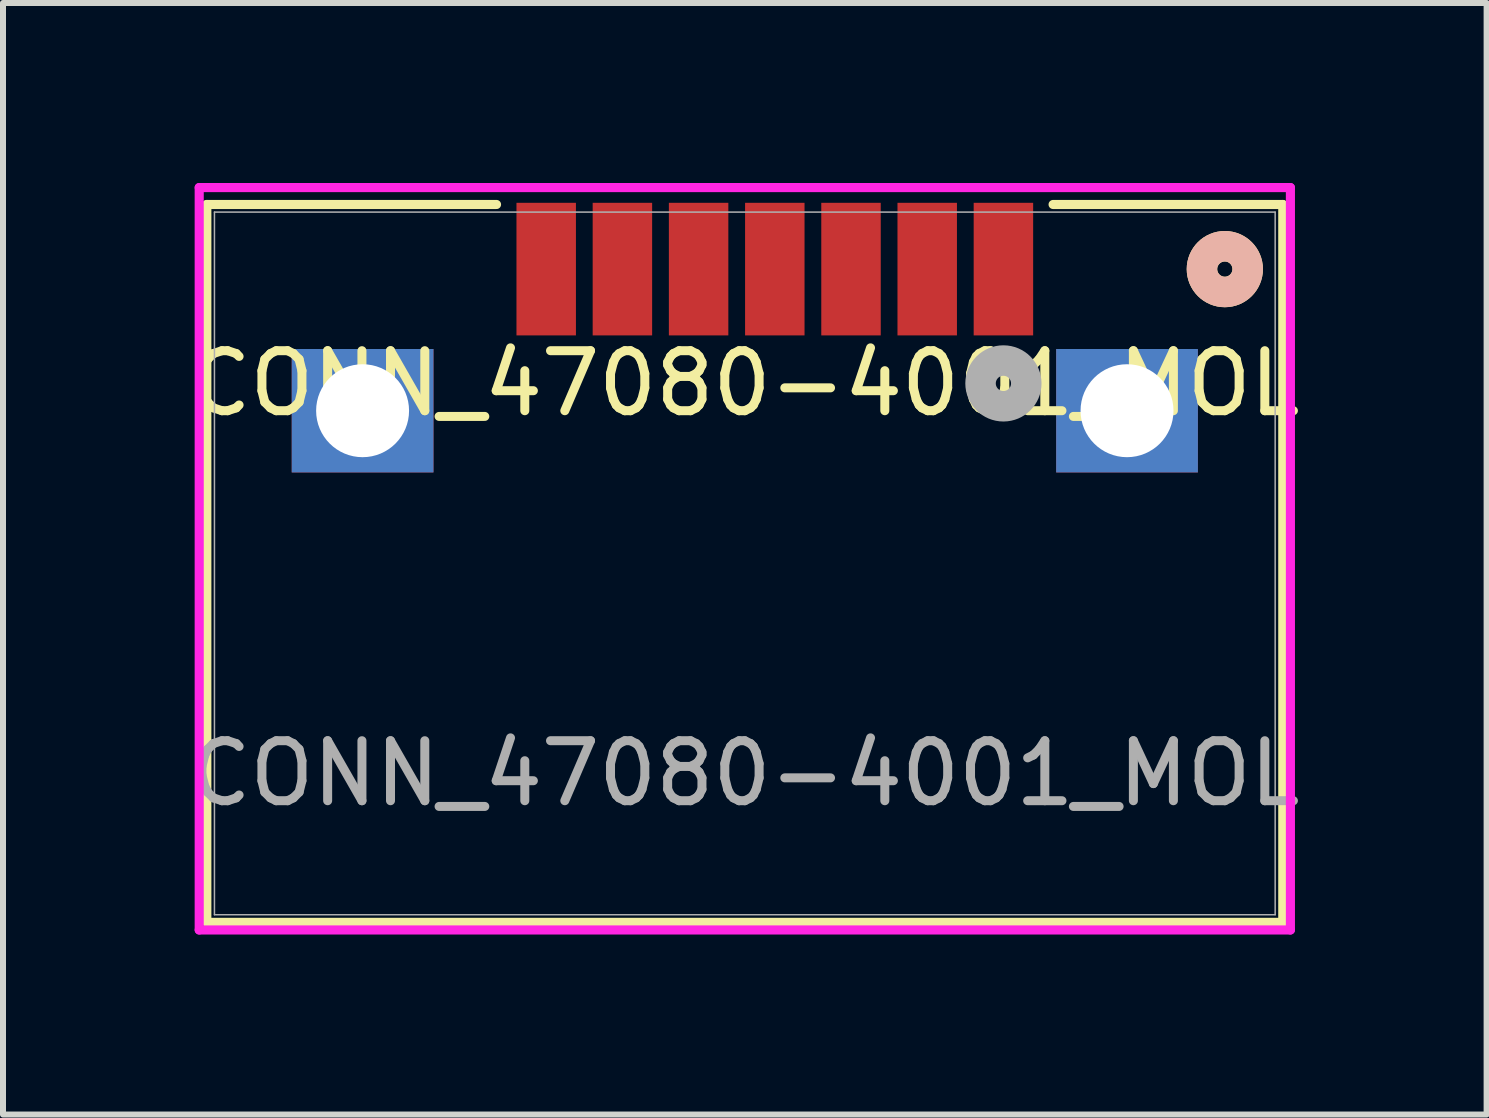
<source format=kicad_pcb>
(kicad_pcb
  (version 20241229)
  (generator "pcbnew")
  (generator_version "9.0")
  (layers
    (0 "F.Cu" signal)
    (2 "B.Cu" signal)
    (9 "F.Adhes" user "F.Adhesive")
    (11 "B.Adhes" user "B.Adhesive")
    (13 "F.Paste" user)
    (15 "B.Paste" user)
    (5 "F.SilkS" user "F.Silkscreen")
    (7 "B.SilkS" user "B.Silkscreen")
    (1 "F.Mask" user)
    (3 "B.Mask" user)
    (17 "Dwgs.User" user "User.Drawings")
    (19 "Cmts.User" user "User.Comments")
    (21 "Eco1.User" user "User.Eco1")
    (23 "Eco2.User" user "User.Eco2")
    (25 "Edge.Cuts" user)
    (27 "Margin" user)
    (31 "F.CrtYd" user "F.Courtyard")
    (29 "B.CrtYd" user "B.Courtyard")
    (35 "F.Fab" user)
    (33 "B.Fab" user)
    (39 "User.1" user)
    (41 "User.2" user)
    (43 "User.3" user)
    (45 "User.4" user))
  (footprint "CONN_47080-4001_MOL"
    (layer "F.Cu")
    (at 9.363 6.34)
    (property "Reference" "CONN_47080-4001_MOL" (at 0 -3 0) (unlocked yes) (layer "F.SilkS") (effects (font (size 1 1) (thickness 0.15))))
    (fp_line (start -8.966 -5.982) (end -8.966 5.982) (stroke (width 0.152) (type solid)) (layer "F.SilkS"))
    (fp_line (start -8.966 5.982) (end 8.966 5.982) (stroke (width 0.152) (type solid)) (layer "F.SilkS"))
    (fp_line (start -4.138 -5.982) (end -8.966 -5.982) (stroke (width 0.152) (type solid)) (layer "F.SilkS"))
    (fp_line (start 8.966 -5.982) (end 5.138 -5.982) (stroke (width 0.152) (type solid)) (layer "F.SilkS"))
    (fp_line (start 8.966 5.982) (end 8.966 -5.982) (stroke (width 0.152) (type solid)) (layer "F.SilkS"))
    (fp_circle (center 8 -4.905) (end 8.381 -4.905) (stroke (width 0.508) (type solid)) (fill no) (layer "F.SilkS"))
    (fp_circle (center 8 -4.905) (end 8.381 -4.905) (stroke (width 0.508) (type solid)) (fill no) (layer "B.SilkS"))
    (fp_line (start -9.093 -6.264) (end -9.093 6.109) (stroke (width 0.152) (type solid)) (layer "F.CrtYd"))
    (fp_line (start -9.093 6.109) (end 9.093 6.109) (stroke (width 0.152) (type solid)) (layer "F.CrtYd"))
    (fp_line (start 9.093 -6.264) (end -9.093 -6.264) (stroke (width 0.152) (type solid)) (layer "F.CrtYd"))
    (fp_line (start 9.093 6.109) (end 9.093 -6.264) (stroke (width 0.152) (type solid)) (layer "F.CrtYd"))
    (fp_line (start -8.839 -5.855) (end -8.839 5.855) (stroke (width 0.025) (type solid)) (layer "F.Fab"))
    (fp_line (start -8.839 5.855) (end 8.839 5.855) (stroke (width 0.025) (type solid)) (layer "F.Fab"))
    (fp_line (start 8.839 -5.855) (end -8.839 -5.855) (stroke (width 0.025) (type solid)) (layer "F.Fab"))
    (fp_line (start 8.839 5.855) (end 8.839 -5.855) (stroke (width 0.025) (type solid)) (layer "F.Fab"))
    (fp_circle (center 4.31 -3) (end 4.691 -3) (stroke (width 0.508) (type solid)) (fill no) (layer "F.Fab"))
    (fp_text user "${REFERENCE}" (at 0 3.5 0) (unlocked yes) (layer "F.Fab") (effects (font (size 1 1) (thickness 0.15))))
    (pad "1" smd rect (at 4.31 -4.905) (size 0.991 2.21) (layers "F.Cu" "F.Mask" "F.Paste"))
    (pad "2" smd rect (at 3.04 -4.905) (size 0.991 2.21) (layers "F.Cu" "F.Mask" "F.Paste"))
    (pad "3" smd rect (at 1.77 -4.905) (size 0.991 2.21) (layers "F.Cu" "F.Mask" "F.Paste"))
    (pad "4" smd rect (at 0.5 -4.905) (size 0.991 2.21) (layers "F.Cu" "F.Mask" "F.Paste"))
    (pad "5" smd rect (at -0.77 -4.905) (size 0.991 2.21) (layers "F.Cu" "F.Mask" "F.Paste"))
    (pad "6" smd rect (at -2.04 -4.905) (size 0.991 2.21) (layers "F.Cu" "F.Mask" "F.Paste"))
    (pad "7" smd rect (at -3.31 -4.905) (size 0.991 2.21) (layers "F.Cu" "F.Mask" "F.Paste"))
    (pad "8" thru_hole rect (at -6.37 -2.545 90) (size 2.057 2.362) (drill 1.549) (layers "*.Cu" "*.Mask"))
    (pad "9" thru_hole rect (at 6.37 -2.545 90) (size 2.057 2.362) (drill 1.549) (layers "*.Cu" "*.Mask")))
  (gr_rect
    (start -3 -3)
    (end 21.726 15.525)
    (stroke (width 0.1) (type default))
    (fill no)
    (layer "Edge.Cuts")))
</source>
